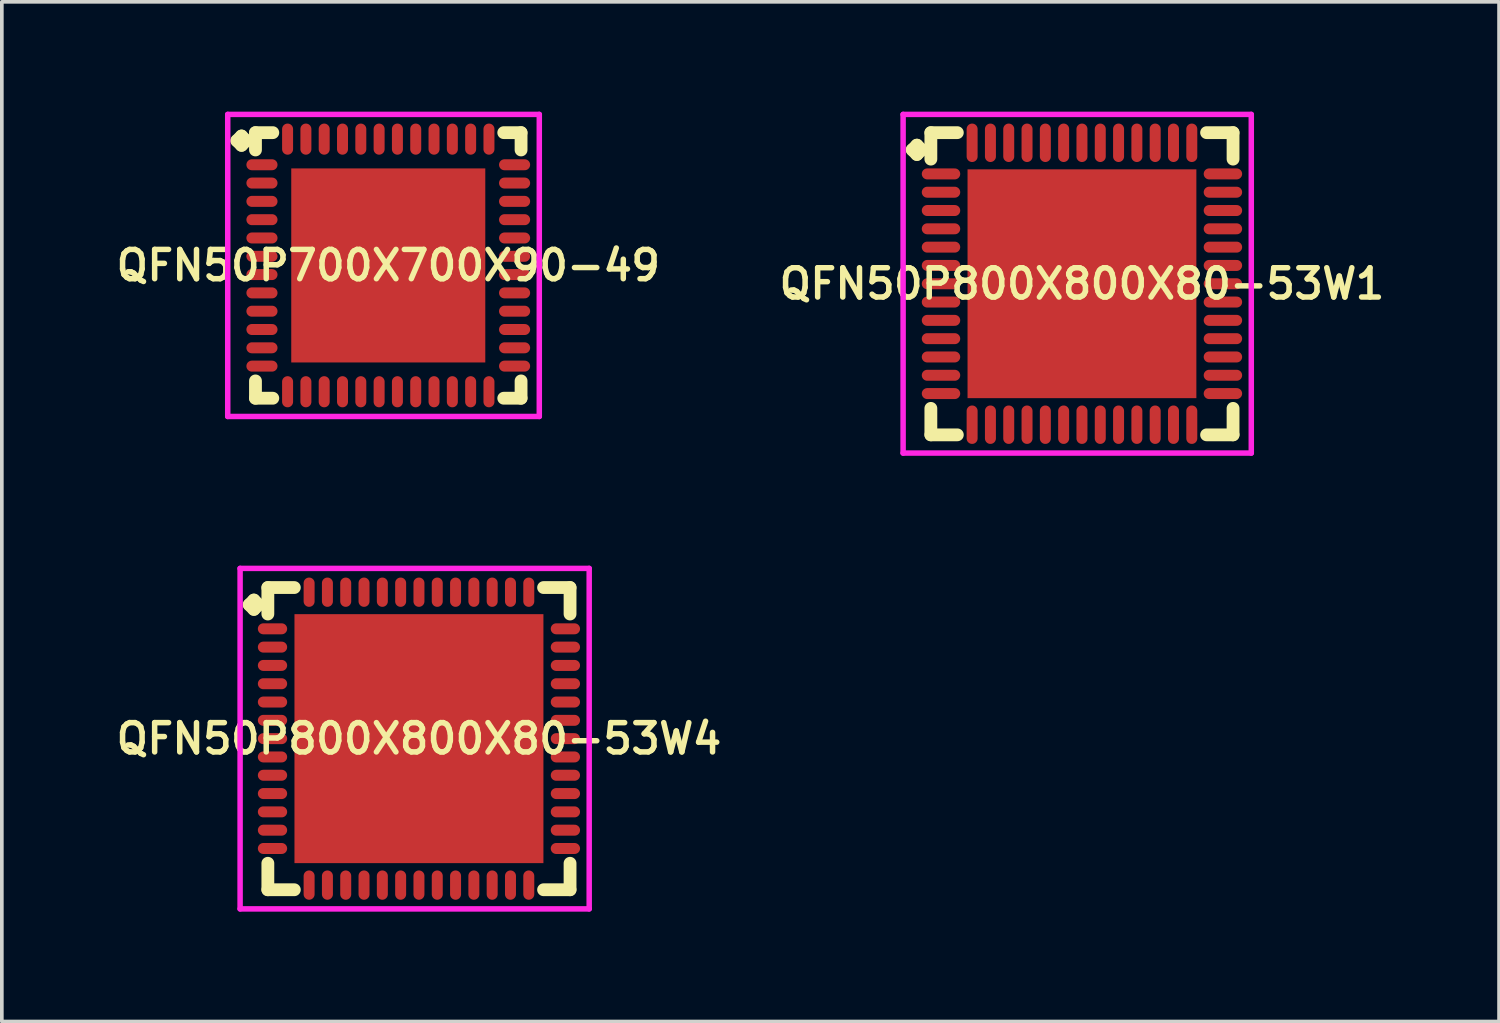
<source format=kicad_pcb>
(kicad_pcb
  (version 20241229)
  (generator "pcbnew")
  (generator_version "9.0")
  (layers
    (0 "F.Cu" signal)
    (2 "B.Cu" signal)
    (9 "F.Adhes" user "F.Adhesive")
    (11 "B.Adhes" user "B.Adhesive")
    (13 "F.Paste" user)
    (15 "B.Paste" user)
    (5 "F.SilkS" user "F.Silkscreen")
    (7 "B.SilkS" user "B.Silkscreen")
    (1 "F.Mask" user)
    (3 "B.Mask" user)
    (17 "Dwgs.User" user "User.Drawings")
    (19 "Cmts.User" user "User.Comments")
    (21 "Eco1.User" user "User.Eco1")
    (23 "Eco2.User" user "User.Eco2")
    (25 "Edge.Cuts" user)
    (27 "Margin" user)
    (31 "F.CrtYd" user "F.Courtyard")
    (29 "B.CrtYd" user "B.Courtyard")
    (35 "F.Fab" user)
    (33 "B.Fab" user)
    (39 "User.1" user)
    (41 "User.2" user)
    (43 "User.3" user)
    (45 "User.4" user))
  (footprint "QFN50P800X800X80-53W1"
    (layer "F.Cu")
    (at 26.502 4.7)
    (property "Reference" "QFN50P800X800X80-53W1" (at 0 0 0) (layer "F.SilkS") (effects (font (size 0.8 0.8) (thickness 0.15))))
    (attr through_hole)
    (fp_line (start -4.635 -3.658) (end -4.508 -3.785) (stroke (width 0.35) (type solid)) (layer "F.SilkS"))
    (fp_line (start -4.508 -3.785) (end -4.381 -3.658) (stroke (width 0.35) (type solid)) (layer "F.SilkS"))
    (fp_line (start -4.508 -3.531) (end -4.635 -3.658) (stroke (width 0.35) (type solid)) (layer "F.SilkS"))
    (fp_line (start -4.381 -3.658) (end -4.508 -3.531) (stroke (width 0.35) (type solid)) (layer "F.SilkS"))
    (fp_line (start -4.127 -4.127) (end -3.404 -4.127) (stroke (width 0.35) (type solid)) (layer "F.SilkS"))
    (fp_line (start -4.127 -3.404) (end -4.127 -4.127) (stroke (width 0.35) (type solid)) (layer "F.SilkS"))
    (fp_line (start -4.127 3.404) (end -4.127 4.127) (stroke (width 0.35) (type solid)) (layer "F.SilkS"))
    (fp_line (start -4.127 4.127) (end -3.404 4.127) (stroke (width 0.35) (type solid)) (layer "F.SilkS"))
    (fp_line (start 3.404 -4.127) (end 4.127 -4.127) (stroke (width 0.35) (type solid)) (layer "F.SilkS"))
    (fp_line (start 3.404 4.127) (end 4.127 4.127) (stroke (width 0.35) (type solid)) (layer "F.SilkS"))
    (fp_line (start 4.127 -4.127) (end 4.127 -3.404) (stroke (width 0.35) (type solid)) (layer "F.SilkS"))
    (fp_line (start 4.127 4.127) (end 4.127 3.404) (stroke (width 0.35) (type solid)) (layer "F.SilkS"))
    (fp_line (start -4.885 -4.625) (end 4.625 -4.625) (stroke (width 0.15) (type solid)) (layer "F.CrtYd"))
    (fp_line (start -4.885 4.625) (end -4.885 -4.625) (stroke (width 0.15) (type solid)) (layer "F.CrtYd"))
    (fp_line (start 4.625 -4.625) (end 4.625 4.625) (stroke (width 0.15) (type solid)) (layer "F.CrtYd"))
    (fp_line (start 4.625 4.625) (end -4.885 4.625) (stroke (width 0.15) (type solid)) (layer "F.CrtYd"))
    (pad "1" smd oval (at -3.85 -3) (size 1.05 0.3) (layers "F.Cu" "F.Mask" "F.Paste"))
    (pad "2" smd oval (at -3.85 -2.5) (size 1.05 0.3) (layers "F.Cu" "F.Mask" "F.Paste"))
    (pad "3" smd oval (at -3.85 -2) (size 1.05 0.3) (layers "F.Cu" "F.Mask" "F.Paste"))
    (pad "4" smd oval (at -3.85 -1.5) (size 1.05 0.3) (layers "F.Cu" "F.Mask" "F.Paste"))
    (pad "5" smd oval (at -3.85 -1) (size 1.05 0.3) (layers "F.Cu" "F.Mask" "F.Paste"))
    (pad "6" smd oval (at -3.85 -0.5) (size 1.05 0.3) (layers "F.Cu" "F.Mask" "F.Paste"))
    (pad "7" smd oval (at -3.85 0) (size 1.05 0.3) (layers "F.Cu" "F.Mask" "F.Paste"))
    (pad "8" smd oval (at -3.85 0.5) (size 1.05 0.3) (layers "F.Cu" "F.Mask" "F.Paste"))
    (pad "9" smd oval (at -3.85 1) (size 1.05 0.3) (layers "F.Cu" "F.Mask" "F.Paste"))
    (pad "10" smd oval (at -3.85 1.5) (size 1.05 0.3) (layers "F.Cu" "F.Mask" "F.Paste"))
    (pad "11" smd oval (at -3.85 2) (size 1.05 0.3) (layers "F.Cu" "F.Mask" "F.Paste"))
    (pad "12" smd oval (at -3.85 2.5) (size 1.05 0.3) (layers "F.Cu" "F.Mask" "F.Paste"))
    (pad "13" smd oval (at -3.85 3) (size 1.05 0.3) (layers "F.Cu" "F.Mask" "F.Paste"))
    (pad "14" smd oval (at -3 3.85) (size 0.3 1.05) (layers "F.Cu" "F.Mask" "F.Paste"))
    (pad "15" smd oval (at -2.5 3.85) (size 0.3 1.05) (layers "F.Cu" "F.Mask" "F.Paste"))
    (pad "16" smd oval (at -2 3.85) (size 0.3 1.05) (layers "F.Cu" "F.Mask" "F.Paste"))
    (pad "17" smd oval (at -1.5 3.85) (size 0.3 1.05) (layers "F.Cu" "F.Mask" "F.Paste"))
    (pad "18" smd oval (at -1 3.85) (size 0.3 1.05) (layers "F.Cu" "F.Mask" "F.Paste"))
    (pad "19" smd oval (at -0.5 3.85) (size 0.3 1.05) (layers "F.Cu" "F.Mask" "F.Paste"))
    (pad "20" smd oval (at 0 3.85) (size 0.3 1.05) (layers "F.Cu" "F.Mask" "F.Paste"))
    (pad "21" smd oval (at 0.5 3.85) (size 0.3 1.05) (layers "F.Cu" "F.Mask" "F.Paste"))
    (pad "22" smd oval (at 1 3.85) (size 0.3 1.05) (layers "F.Cu" "F.Mask" "F.Paste"))
    (pad "23" smd oval (at 1.5 3.85) (size 0.3 1.05) (layers "F.Cu" "F.Mask" "F.Paste"))
    (pad "24" smd oval (at 2 3.85) (size 0.3 1.05) (layers "F.Cu" "F.Mask" "F.Paste"))
    (pad "25" smd oval (at 2.5 3.85) (size 0.3 1.05) (layers "F.Cu" "F.Mask" "F.Paste"))
    (pad "26" smd oval (at 3 3.85) (size 0.3 1.05) (layers "F.Cu" "F.Mask" "F.Paste"))
    (pad "27" smd oval (at 3.85 3) (size 1.05 0.3) (layers "F.Cu" "F.Mask" "F.Paste"))
    (pad "28" smd oval (at 3.85 2.5) (size 1.05 0.3) (layers "F.Cu" "F.Mask" "F.Paste"))
    (pad "29" smd oval (at 3.85 2) (size 1.05 0.3) (layers "F.Cu" "F.Mask" "F.Paste"))
    (pad "30" smd oval (at 3.85 1.5) (size 1.05 0.3) (layers "F.Cu" "F.Mask" "F.Paste"))
    (pad "31" smd oval (at 3.85 1) (size 1.05 0.3) (layers "F.Cu" "F.Mask" "F.Paste"))
    (pad "32" smd oval (at 3.85 0.5) (size 1.05 0.3) (layers "F.Cu" "F.Mask" "F.Paste"))
    (pad "33" smd oval (at 3.85 0) (size 1.05 0.3) (layers "F.Cu" "F.Mask" "F.Paste"))
    (pad "34" smd oval (at 3.85 -0.5) (size 1.05 0.3) (layers "F.Cu" "F.Mask" "F.Paste"))
    (pad "35" smd oval (at 3.85 -1) (size 1.05 0.3) (layers "F.Cu" "F.Mask" "F.Paste"))
    (pad "36" smd oval (at 3.85 -1.5) (size 1.05 0.3) (layers "F.Cu" "F.Mask" "F.Paste"))
    (pad "37" smd oval (at 3.85 -2) (size 1.05 0.3) (layers "F.Cu" "F.Mask" "F.Paste"))
    (pad "38" smd oval (at 3.85 -2.5) (size 1.05 0.3) (layers "F.Cu" "F.Mask" "F.Paste"))
    (pad "39" smd oval (at 3.85 -3) (size 1.05 0.3) (layers "F.Cu" "F.Mask" "F.Paste"))
    (pad "40" smd oval (at 3 -3.85) (size 0.3 1.05) (layers "F.Cu" "F.Mask" "F.Paste"))
    (pad "41" smd oval (at 2.5 -3.85) (size 0.3 1.05) (layers "F.Cu" "F.Mask" "F.Paste"))
    (pad "42" smd oval (at 2 -3.85) (size 0.3 1.05) (layers "F.Cu" "F.Mask" "F.Paste"))
    (pad "43" smd oval (at 1.5 -3.85) (size 0.3 1.05) (layers "F.Cu" "F.Mask" "F.Paste"))
    (pad "44" smd oval (at 1 -3.85) (size 0.3 1.05) (layers "F.Cu" "F.Mask" "F.Paste"))
    (pad "45" smd oval (at 0.5 -3.85) (size 0.3 1.05) (layers "F.Cu" "F.Mask" "F.Paste"))
    (pad "46" smd oval (at 0 -3.85) (size 0.3 1.05) (layers "F.Cu" "F.Mask" "F.Paste"))
    (pad "47" smd oval (at -0.5 -3.85) (size 0.3 1.05) (layers "F.Cu" "F.Mask" "F.Paste"))
    (pad "48" smd oval (at -1 -3.85) (size 0.3 1.05) (layers "F.Cu" "F.Mask" "F.Paste"))
    (pad "49" smd oval (at -1.5 -3.85) (size 0.3 1.05) (layers "F.Cu" "F.Mask" "F.Paste"))
    (pad "50" smd oval (at -2 -3.85) (size 0.3 1.05) (layers "F.Cu" "F.Mask" "F.Paste"))
    (pad "51" smd oval (at -2.5 -3.85) (size 0.3 1.05) (layers "F.Cu" "F.Mask" "F.Paste"))
    (pad "52" smd oval (at -3 -3.85) (size 0.3 1.05) (layers "F.Cu" "F.Mask" "F.Paste"))
    (pad "53" smd rect (at 0 0) (size 6.25 6.25) (layers "F.Cu" "F.Mask" "F.Paste")))
  (footprint "QFN50P700X700X90-49"
    (layer "F.Cu")
    (at 7.555 4.2)
    (property "Reference" "QFN50P700X700X90-49" (at 0 0 0) (layer "F.SilkS") (effects (font (size 0.8 0.8) (thickness 0.15))))
    (attr smd)
    (fp_line (start -4.135 -3.408) (end -4.008 -3.535) (stroke (width 0.35) (type solid)) (layer "F.SilkS"))
    (fp_line (start -4.008 -3.535) (end -3.881 -3.408) (stroke (width 0.35) (type solid)) (layer "F.SilkS"))
    (fp_line (start -4.008 -3.281) (end -4.135 -3.408) (stroke (width 0.35) (type solid)) (layer "F.SilkS"))
    (fp_line (start -3.881 -3.408) (end -4.008 -3.281) (stroke (width 0.35) (type solid)) (layer "F.SilkS"))
    (fp_line (start -3.627 -3.627) (end -3.154 -3.627) (stroke (width 0.35) (type solid)) (layer "F.SilkS"))
    (fp_line (start -3.627 -3.154) (end -3.627 -3.627) (stroke (width 0.35) (type solid)) (layer "F.SilkS"))
    (fp_line (start -3.627 3.154) (end -3.627 3.627) (stroke (width 0.35) (type solid)) (layer "F.SilkS"))
    (fp_line (start -3.627 3.627) (end -3.154 3.627) (stroke (width 0.35) (type solid)) (layer "F.SilkS"))
    (fp_line (start 3.154 -3.627) (end 3.627 -3.627) (stroke (width 0.35) (type solid)) (layer "F.SilkS"))
    (fp_line (start 3.154 3.627) (end 3.627 3.627) (stroke (width 0.35) (type solid)) (layer "F.SilkS"))
    (fp_line (start 3.627 -3.627) (end 3.627 -3.154) (stroke (width 0.35) (type solid)) (layer "F.SilkS"))
    (fp_line (start 3.627 3.627) (end 3.627 3.154) (stroke (width 0.35) (type solid)) (layer "F.SilkS"))
    (fp_line (start -4.385 -4.125) (end 4.125 -4.125) (stroke (width 0.15) (type solid)) (layer "F.CrtYd"))
    (fp_line (start -4.385 4.125) (end -4.385 -4.125) (stroke (width 0.15) (type solid)) (layer "F.CrtYd"))
    (fp_line (start 4.125 -4.125) (end 4.125 4.125) (stroke (width 0.15) (type solid)) (layer "F.CrtYd"))
    (fp_line (start 4.125 4.125) (end -4.385 4.125) (stroke (width 0.15) (type solid)) (layer "F.CrtYd"))
    (pad "1" smd oval (at -3.45 -2.75) (size 0.85 0.3) (layers "F.Cu" "F.Mask" "F.Paste"))
    (pad "2" smd oval (at -3.45 -2.25) (size 0.85 0.3) (layers "F.Cu" "F.Mask" "F.Paste"))
    (pad "3" smd oval (at -3.45 -1.75) (size 0.85 0.3) (layers "F.Cu" "F.Mask" "F.Paste"))
    (pad "4" smd oval (at -3.45 -1.25) (size 0.85 0.3) (layers "F.Cu" "F.Mask" "F.Paste"))
    (pad "5" smd oval (at -3.45 -0.75) (size 0.85 0.3) (layers "F.Cu" "F.Mask" "F.Paste"))
    (pad "6" smd oval (at -3.45 -0.25) (size 0.85 0.3) (layers "F.Cu" "F.Mask" "F.Paste"))
    (pad "7" smd oval (at -3.45 0.25) (size 0.85 0.3) (layers "F.Cu" "F.Mask" "F.Paste"))
    (pad "8" smd oval (at -3.45 0.75) (size 0.85 0.3) (layers "F.Cu" "F.Mask" "F.Paste"))
    (pad "9" smd oval (at -3.45 1.25) (size 0.85 0.3) (layers "F.Cu" "F.Mask" "F.Paste"))
    (pad "10" smd oval (at -3.45 1.75) (size 0.85 0.3) (layers "F.Cu" "F.Mask" "F.Paste"))
    (pad "11" smd oval (at -3.45 2.25) (size 0.85 0.3) (layers "F.Cu" "F.Mask" "F.Paste"))
    (pad "12" smd oval (at -3.45 2.75) (size 0.85 0.3) (layers "F.Cu" "F.Mask" "F.Paste"))
    (pad "13" smd oval (at -2.75 3.45) (size 0.3 0.85) (layers "F.Cu" "F.Mask" "F.Paste"))
    (pad "14" smd oval (at -2.25 3.45) (size 0.3 0.85) (layers "F.Cu" "F.Mask" "F.Paste"))
    (pad "15" smd oval (at -1.75 3.45) (size 0.3 0.85) (layers "F.Cu" "F.Mask" "F.Paste"))
    (pad "16" smd oval (at -1.25 3.45) (size 0.3 0.85) (layers "F.Cu" "F.Mask" "F.Paste"))
    (pad "17" smd oval (at -0.75 3.45) (size 0.3 0.85) (layers "F.Cu" "F.Mask" "F.Paste"))
    (pad "18" smd oval (at -0.25 3.45) (size 0.3 0.85) (layers "F.Cu" "F.Mask" "F.Paste"))
    (pad "19" smd oval (at 0.25 3.45) (size 0.3 0.85) (layers "F.Cu" "F.Mask" "F.Paste"))
    (pad "20" smd oval (at 0.75 3.45) (size 0.3 0.85) (layers "F.Cu" "F.Mask" "F.Paste"))
    (pad "21" smd oval (at 1.25 3.45) (size 0.3 0.85) (layers "F.Cu" "F.Mask" "F.Paste"))
    (pad "22" smd oval (at 1.75 3.45) (size 0.3 0.85) (layers "F.Cu" "F.Mask" "F.Paste"))
    (pad "23" smd oval (at 2.25 3.45) (size 0.3 0.85) (layers "F.Cu" "F.Mask" "F.Paste"))
    (pad "24" smd oval (at 2.75 3.45) (size 0.3 0.85) (layers "F.Cu" "F.Mask" "F.Paste"))
    (pad "25" smd oval (at 3.45 2.75) (size 0.85 0.3) (layers "F.Cu" "F.Mask" "F.Paste"))
    (pad "26" smd oval (at 3.45 2.25) (size 0.85 0.3) (layers "F.Cu" "F.Mask" "F.Paste"))
    (pad "27" smd oval (at 3.45 1.75) (size 0.85 0.3) (layers "F.Cu" "F.Mask" "F.Paste"))
    (pad "28" smd oval (at 3.45 1.25) (size 0.85 0.3) (layers "F.Cu" "F.Mask" "F.Paste"))
    (pad "29" smd oval (at 3.45 0.75) (size 0.85 0.3) (layers "F.Cu" "F.Mask" "F.Paste"))
    (pad "30" smd oval (at 3.45 0.25) (size 0.85 0.3) (layers "F.Cu" "F.Mask" "F.Paste"))
    (pad "31" smd oval (at 3.45 -0.25) (size 0.85 0.3) (layers "F.Cu" "F.Mask" "F.Paste"))
    (pad "32" smd oval (at 3.45 -0.75) (size 0.85 0.3) (layers "F.Cu" "F.Mask" "F.Paste"))
    (pad "33" smd oval (at 3.45 -1.25) (size 0.85 0.3) (layers "F.Cu" "F.Mask" "F.Paste"))
    (pad "34" smd oval (at 3.45 -1.75) (size 0.85 0.3) (layers "F.Cu" "F.Mask" "F.Paste"))
    (pad "35" smd oval (at 3.45 -2.25) (size 0.85 0.3) (layers "F.Cu" "F.Mask" "F.Paste"))
    (pad "36" smd oval (at 3.45 -2.75) (size 0.85 0.3) (layers "F.Cu" "F.Mask" "F.Paste"))
    (pad "37" smd oval (at 2.75 -3.45) (size 0.3 0.85) (layers "F.Cu" "F.Mask" "F.Paste"))
    (pad "38" smd oval (at 2.25 -3.45) (size 0.3 0.85) (layers "F.Cu" "F.Mask" "F.Paste"))
    (pad "39" smd oval (at 1.75 -3.45) (size 0.3 0.85) (layers "F.Cu" "F.Mask" "F.Paste"))
    (pad "40" smd oval (at 1.25 -3.45) (size 0.3 0.85) (layers "F.Cu" "F.Mask" "F.Paste"))
    (pad "41" smd oval (at 0.75 -3.45) (size 0.3 0.85) (layers "F.Cu" "F.Mask" "F.Paste"))
    (pad "42" smd oval (at 0.25 -3.45) (size 0.3 0.85) (layers "F.Cu" "F.Mask" "F.Paste"))
    (pad "43" smd oval (at -0.25 -3.45) (size 0.3 0.85) (layers "F.Cu" "F.Mask" "F.Paste"))
    (pad "44" smd oval (at -0.75 -3.45) (size 0.3 0.85) (layers "F.Cu" "F.Mask" "F.Paste"))
    (pad "45" smd oval (at -1.25 -3.45) (size 0.3 0.85) (layers "F.Cu" "F.Mask" "F.Paste"))
    (pad "46" smd oval (at -1.75 -3.45) (size 0.3 0.85) (layers "F.Cu" "F.Mask" "F.Paste"))
    (pad "47" smd oval (at -2.25 -3.45) (size 0.3 0.85) (layers "F.Cu" "F.Mask" "F.Paste"))
    (pad "48" smd oval (at -2.75 -3.45) (size 0.3 0.85) (layers "F.Cu" "F.Mask" "F.Paste"))
    (pad "49" smd rect (at 0 0) (size 5.3 5.3) (layers "F.Cu" "F.Mask" "F.Paste")))
  (footprint "QFN50P800X800X80-53W4"
    (layer "F.Cu")
    (at 8.393 17.125)
    (property "Reference" "QFN50P800X800X80-53W4" (at 0 0 0) (layer "F.SilkS") (effects (font (size 0.8 0.8) (thickness 0.15))))
    (attr through_hole)
    (fp_line (start -4.635 -3.658) (end -4.508 -3.785) (stroke (width 0.35) (type solid)) (layer "F.SilkS"))
    (fp_line (start -4.508 -3.785) (end -4.381 -3.658) (stroke (width 0.35) (type solid)) (layer "F.SilkS"))
    (fp_line (start -4.508 -3.531) (end -4.635 -3.658) (stroke (width 0.35) (type solid)) (layer "F.SilkS"))
    (fp_line (start -4.381 -3.658) (end -4.508 -3.531) (stroke (width 0.35) (type solid)) (layer "F.SilkS"))
    (fp_line (start -4.127 -4.127) (end -3.404 -4.127) (stroke (width 0.35) (type solid)) (layer "F.SilkS"))
    (fp_line (start -4.127 -3.404) (end -4.127 -4.127) (stroke (width 0.35) (type solid)) (layer "F.SilkS"))
    (fp_line (start -4.127 3.404) (end -4.127 4.127) (stroke (width 0.35) (type solid)) (layer "F.SilkS"))
    (fp_line (start -4.127 4.127) (end -3.404 4.127) (stroke (width 0.35) (type solid)) (layer "F.SilkS"))
    (fp_line (start 3.404 -4.127) (end 4.127 -4.127) (stroke (width 0.35) (type solid)) (layer "F.SilkS"))
    (fp_line (start 3.404 4.127) (end 4.127 4.127) (stroke (width 0.35) (type solid)) (layer "F.SilkS"))
    (fp_line (start 4.127 -4.127) (end 4.127 -3.404) (stroke (width 0.35) (type solid)) (layer "F.SilkS"))
    (fp_line (start 4.127 4.127) (end 4.127 3.404) (stroke (width 0.35) (type solid)) (layer "F.SilkS"))
    (fp_line (start -4.885 -4.65) (end 4.65 -4.65) (stroke (width 0.15) (type solid)) (layer "F.CrtYd"))
    (fp_line (start -4.885 4.65) (end -4.885 -4.65) (stroke (width 0.15) (type solid)) (layer "F.CrtYd"))
    (fp_line (start 4.65 -4.65) (end 4.65 4.65) (stroke (width 0.15) (type solid)) (layer "F.CrtYd"))
    (fp_line (start 4.65 4.65) (end -4.885 4.65) (stroke (width 0.15) (type solid)) (layer "F.CrtYd"))
    (pad "1" smd oval (at -4 -3) (size 0.8 0.3) (layers "F.Cu" "F.Mask" "F.Paste"))
    (pad "2" smd oval (at -4 -2.5) (size 0.8 0.3) (layers "F.Cu" "F.Mask" "F.Paste"))
    (pad "3" smd oval (at -4 -2) (size 0.8 0.3) (layers "F.Cu" "F.Mask" "F.Paste"))
    (pad "4" smd oval (at -4 -1.5) (size 0.8 0.3) (layers "F.Cu" "F.Mask" "F.Paste"))
    (pad "5" smd oval (at -4 -1) (size 0.8 0.3) (layers "F.Cu" "F.Mask" "F.Paste"))
    (pad "6" smd oval (at -4 -0.5) (size 0.8 0.3) (layers "F.Cu" "F.Mask" "F.Paste"))
    (pad "7" smd oval (at -4 0) (size 0.8 0.3) (layers "F.Cu" "F.Mask" "F.Paste"))
    (pad "8" smd oval (at -4 0.5) (size 0.8 0.3) (layers "F.Cu" "F.Mask" "F.Paste"))
    (pad "9" smd oval (at -4 1) (size 0.8 0.3) (layers "F.Cu" "F.Mask" "F.Paste"))
    (pad "10" smd oval (at -4 1.5) (size 0.8 0.3) (layers "F.Cu" "F.Mask" "F.Paste"))
    (pad "11" smd oval (at -4 2) (size 0.8 0.3) (layers "F.Cu" "F.Mask" "F.Paste"))
    (pad "12" smd oval (at -4 2.5) (size 0.8 0.3) (layers "F.Cu" "F.Mask" "F.Paste"))
    (pad "13" smd oval (at -4 3) (size 0.8 0.3) (layers "F.Cu" "F.Mask" "F.Paste"))
    (pad "14" smd oval (at -3 4) (size 0.3 0.8) (layers "F.Cu" "F.Mask" "F.Paste"))
    (pad "15" smd oval (at -2.5 4) (size 0.3 0.8) (layers "F.Cu" "F.Mask" "F.Paste"))
    (pad "16" smd oval (at -2 4) (size 0.3 0.8) (layers "F.Cu" "F.Mask" "F.Paste"))
    (pad "17" smd oval (at -1.5 4) (size 0.3 0.8) (layers "F.Cu" "F.Mask" "F.Paste"))
    (pad "18" smd oval (at -1 4) (size 0.3 0.8) (layers "F.Cu" "F.Mask" "F.Paste"))
    (pad "19" smd oval (at -0.5 4) (size 0.3 0.8) (layers "F.Cu" "F.Mask" "F.Paste"))
    (pad "20" smd oval (at 0 4) (size 0.3 0.8) (layers "F.Cu" "F.Mask" "F.Paste"))
    (pad "21" smd oval (at 0.5 4) (size 0.3 0.8) (layers "F.Cu" "F.Mask" "F.Paste"))
    (pad "22" smd oval (at 1 4) (size 0.3 0.8) (layers "F.Cu" "F.Mask" "F.Paste"))
    (pad "23" smd oval (at 1.5 4) (size 0.3 0.8) (layers "F.Cu" "F.Mask" "F.Paste"))
    (pad "24" smd oval (at 2 4) (size 0.3 0.8) (layers "F.Cu" "F.Mask" "F.Paste"))
    (pad "25" smd oval (at 2.5 4) (size 0.3 0.8) (layers "F.Cu" "F.Mask" "F.Paste"))
    (pad "26" smd oval (at 3 4) (size 0.3 0.8) (layers "F.Cu" "F.Mask" "F.Paste"))
    (pad "27" smd oval (at 4 3) (size 0.8 0.3) (layers "F.Cu" "F.Mask" "F.Paste"))
    (pad "28" smd oval (at 4 2.5) (size 0.8 0.3) (layers "F.Cu" "F.Mask" "F.Paste"))
    (pad "29" smd oval (at 4 2) (size 0.8 0.3) (layers "F.Cu" "F.Mask" "F.Paste"))
    (pad "30" smd oval (at 4 1.5) (size 0.8 0.3) (layers "F.Cu" "F.Mask" "F.Paste"))
    (pad "31" smd oval (at 4 1) (size 0.8 0.3) (layers "F.Cu" "F.Mask" "F.Paste"))
    (pad "32" smd oval (at 4 0.5) (size 0.8 0.3) (layers "F.Cu" "F.Mask" "F.Paste"))
    (pad "33" smd oval (at 4 0) (size 0.8 0.3) (layers "F.Cu" "F.Mask" "F.Paste"))
    (pad "34" smd oval (at 4 -0.5) (size 0.8 0.3) (layers "F.Cu" "F.Mask" "F.Paste"))
    (pad "35" smd oval (at 4 -1) (size 0.8 0.3) (layers "F.Cu" "F.Mask" "F.Paste"))
    (pad "36" smd oval (at 4 -1.5) (size 0.8 0.3) (layers "F.Cu" "F.Mask" "F.Paste"))
    (pad "37" smd oval (at 4 -2) (size 0.8 0.3) (layers "F.Cu" "F.Mask" "F.Paste"))
    (pad "38" smd oval (at 4 -2.5) (size 0.8 0.3) (layers "F.Cu" "F.Mask" "F.Paste"))
    (pad "39" smd oval (at 4 -3) (size 0.8 0.3) (layers "F.Cu" "F.Mask" "F.Paste"))
    (pad "40" smd oval (at 3 -4) (size 0.3 0.8) (layers "F.Cu" "F.Mask" "F.Paste"))
    (pad "41" smd oval (at 2.5 -4) (size 0.3 0.8) (layers "F.Cu" "F.Mask" "F.Paste"))
    (pad "42" smd oval (at 2 -4) (size 0.3 0.8) (layers "F.Cu" "F.Mask" "F.Paste"))
    (pad "43" smd oval (at 1.5 -4) (size 0.3 0.8) (layers "F.Cu" "F.Mask" "F.Paste"))
    (pad "44" smd oval (at 1 -4) (size 0.3 0.8) (layers "F.Cu" "F.Mask" "F.Paste"))
    (pad "45" smd oval (at 0.5 -4) (size 0.3 0.8) (layers "F.Cu" "F.Mask" "F.Paste"))
    (pad "46" smd oval (at 0 -4) (size 0.3 0.8) (layers "F.Cu" "F.Mask" "F.Paste"))
    (pad "47" smd oval (at -0.5 -4) (size 0.3 0.8) (layers "F.Cu" "F.Mask" "F.Paste"))
    (pad "48" smd oval (at -1 -4) (size 0.3 0.8) (layers "F.Cu" "F.Mask" "F.Paste"))
    (pad "49" smd oval (at -1.5 -4) (size 0.3 0.8) (layers "F.Cu" "F.Mask" "F.Paste"))
    (pad "50" smd oval (at -2 -4) (size 0.3 0.8) (layers "F.Cu" "F.Mask" "F.Paste"))
    (pad "51" smd oval (at -2.5 -4) (size 0.3 0.8) (layers "F.Cu" "F.Mask" "F.Paste"))
    (pad "52" smd oval (at -3 -4) (size 0.3 0.8) (layers "F.Cu" "F.Mask" "F.Paste"))
    (pad "53" smd rect (at 0 0) (size 6.8 6.8) (layers "F.Cu" "F.Mask" "F.Paste")))
  (gr_rect
    (start -3 -3)
    (end 37.894 24.85)
    (stroke (width 0.1) (type default))
    (fill no)
    (layer "Edge.Cuts")))
</source>
